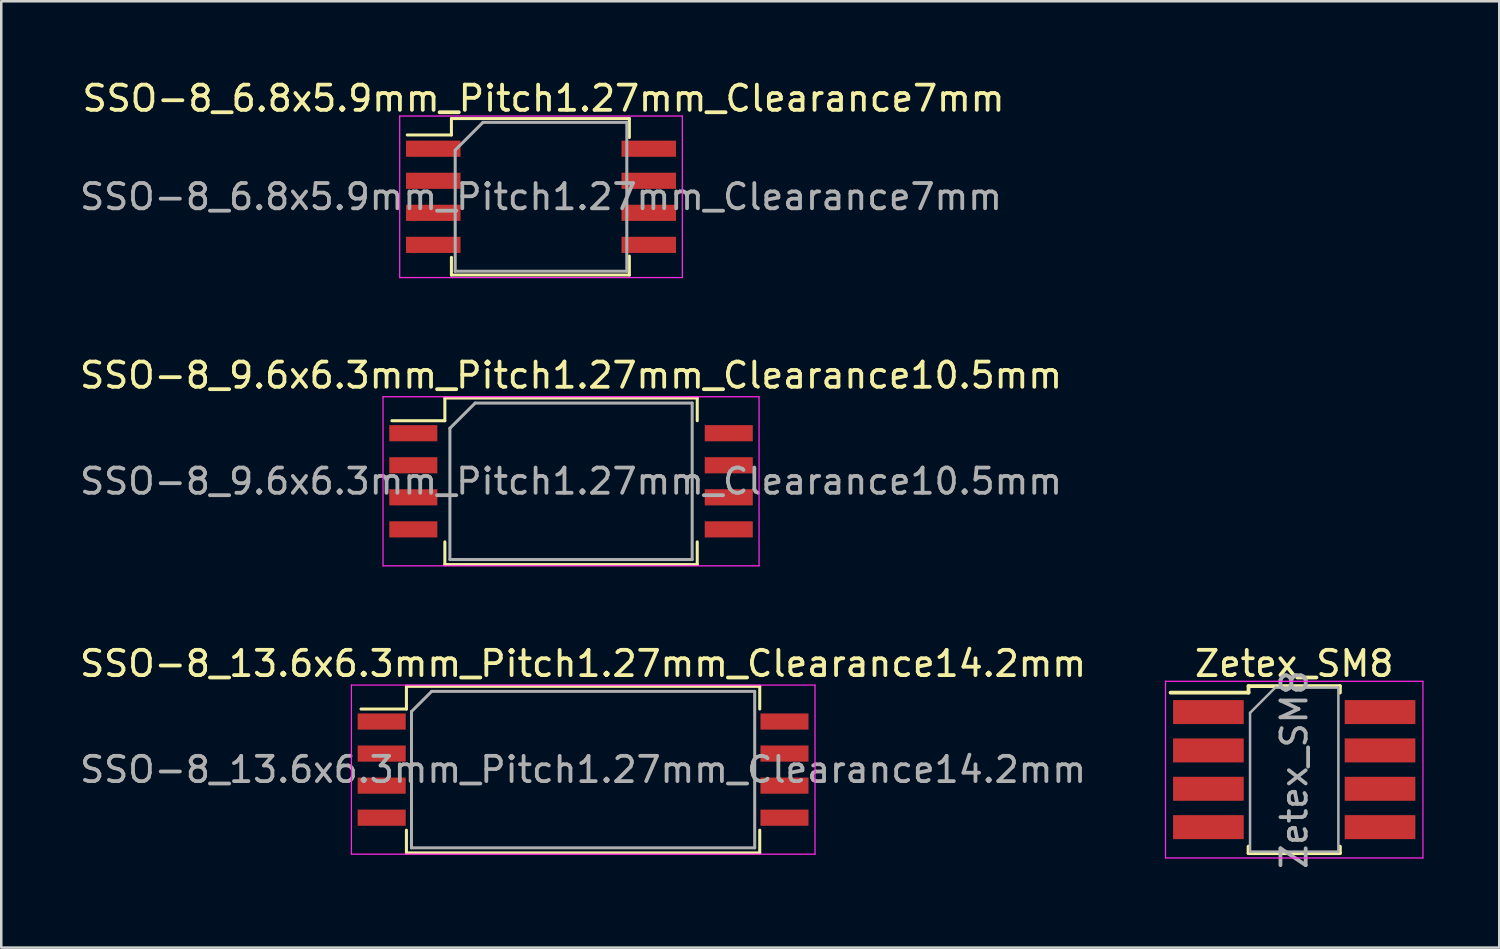
<source format=kicad_pcb>
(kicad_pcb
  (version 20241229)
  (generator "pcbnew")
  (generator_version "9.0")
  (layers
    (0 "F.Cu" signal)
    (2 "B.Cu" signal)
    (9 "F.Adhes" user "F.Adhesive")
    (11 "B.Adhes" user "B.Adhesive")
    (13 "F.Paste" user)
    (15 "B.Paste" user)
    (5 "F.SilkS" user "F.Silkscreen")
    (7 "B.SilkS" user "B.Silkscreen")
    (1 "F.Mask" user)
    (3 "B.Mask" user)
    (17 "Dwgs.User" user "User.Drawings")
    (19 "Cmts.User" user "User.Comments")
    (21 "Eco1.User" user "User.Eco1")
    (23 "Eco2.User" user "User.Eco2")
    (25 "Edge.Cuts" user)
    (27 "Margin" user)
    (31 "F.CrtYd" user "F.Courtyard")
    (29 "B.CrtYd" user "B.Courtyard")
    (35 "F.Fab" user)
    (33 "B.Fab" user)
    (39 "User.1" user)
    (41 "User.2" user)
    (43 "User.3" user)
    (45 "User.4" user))
  (footprint "Zetex_SM8"
    (layer "F.Cu")
    (at 48.232 27.445)
    (property "Reference" "Zetex_SM8" (at 0 -4.2 0) (layer "F.SilkS") (effects (font (size 1 1) (thickness 0.15))))
    (attr smd)
    (fp_line (start -1.81 -3.31) (end -1.81 -3.05) (stroke (width 0.15) (type solid)) (layer "F.SilkS"))
    (fp_line (start -1.81 -3.31) (end 1.81 -3.31) (stroke (width 0.15) (type solid)) (layer "F.SilkS"))
    (fp_line (start -1.81 -3.05) (end -4.9 -3.05) (stroke (width 0.15) (type solid)) (layer "F.SilkS"))
    (fp_line (start -1.81 3.31) (end -1.81 3.05) (stroke (width 0.15) (type solid)) (layer "F.SilkS"))
    (fp_line (start -1.81 3.31) (end 1.81 3.31) (stroke (width 0.15) (type solid)) (layer "F.SilkS"))
    (fp_line (start 1.81 -3.31) (end 1.81 -3.05) (stroke (width 0.15) (type solid)) (layer "F.SilkS"))
    (fp_line (start 1.81 3.31) (end 1.81 3.05) (stroke (width 0.15) (type solid)) (layer "F.SilkS"))
    (fp_line (start -5.1 -3.5) (end -5.1 3.5) (stroke (width 0.05) (type solid)) (layer "F.CrtYd"))
    (fp_line (start -5.1 -3.5) (end 5.1 -3.5) (stroke (width 0.05) (type solid)) (layer "F.CrtYd"))
    (fp_line (start -5.1 3.5) (end 5.1 3.5) (stroke (width 0.05) (type solid)) (layer "F.CrtYd"))
    (fp_line (start 5.1 -3.5) (end 5.1 3.5) (stroke (width 0.05) (type solid)) (layer "F.CrtYd"))
    (fp_line (start -1.75 -2.25) (end -0.75 -3.25) (stroke (width 0.1) (type solid)) (layer "F.Fab"))
    (fp_line (start -1.75 3.25) (end -1.75 -2.25) (stroke (width 0.1) (type solid)) (layer "F.Fab"))
    (fp_line (start -0.75 -3.25) (end 1.75 -3.25) (stroke (width 0.1) (type solid)) (layer "F.Fab"))
    (fp_line (start 1.75 -3.25) (end 1.75 3.25) (stroke (width 0.1) (type solid)) (layer "F.Fab"))
    (fp_line (start 1.75 3.25) (end -1.75 3.25) (stroke (width 0.1) (type solid)) (layer "F.Fab"))
    (fp_text user "${REFERENCE}" (at 0 0 90) (layer "F.Fab") (effects (font (size 1 1) (thickness 0.15))))
    (pad "1" smd rect (at -3.4 -2.28) (size 2.8 0.95) (layers "F.Cu" "F.Mask" "F.Paste"))
    (pad "2" smd rect (at -3.4 -0.76) (size 2.8 0.95) (layers "F.Cu" "F.Mask" "F.Paste"))
    (pad "3" smd rect (at -3.4 0.76) (size 2.8 0.95) (layers "F.Cu" "F.Mask" "F.Paste"))
    (pad "4" smd rect (at -3.4 2.28) (size 2.8 0.95) (layers "F.Cu" "F.Mask" "F.Paste"))
    (pad "5" smd rect (at 3.4 2.28) (size 2.8 0.95) (layers "F.Cu" "F.Mask" "F.Paste"))
    (pad "6" smd rect (at 3.4 0.76) (size 2.8 0.95) (layers "F.Cu" "F.Mask" "F.Paste"))
    (pad "7" smd rect (at 3.4 -0.76) (size 2.8 0.95) (layers "F.Cu" "F.Mask" "F.Paste"))
    (pad "8" smd rect (at 3.4 -2.28) (size 2.8 0.95) (layers "F.Cu" "F.Mask" "F.Paste")))
  (footprint "SSO-8_6.8x5.9mm_Pitch1.27mm_Clearance7mm"
    (layer "F.Cu")
    (at 18.387 4.748)
    (property "Reference" "SSO-8_6.8x5.9mm_Pitch1.27mm_Clearance7mm" (at 0.1 -3.9 0) (layer "F.SilkS") (effects (font (size 1 1) (thickness 0.15))))
    (attr smd)
    (fp_line (start -3.55 -3.1) (end -3.55 -2.45) (stroke (width 0.12) (type solid)) (layer "F.SilkS"))
    (fp_line (start -3.55 -2.45) (end -5.3 -2.45) (stroke (width 0.12) (type solid)) (layer "F.SilkS"))
    (fp_line (start -3.55 2.4) (end -3.55 3.1) (stroke (width 0.12) (type solid)) (layer "F.SilkS"))
    (fp_line (start -3.55 3.1) (end 3.5 3.1) (stroke (width 0.12) (type solid)) (layer "F.SilkS"))
    (fp_line (start 3.5 -3.1) (end -3.55 -3.1) (stroke (width 0.12) (type solid)) (layer "F.SilkS"))
    (fp_line (start 3.5 -2.35) (end 3.5 -3.1) (stroke (width 0.12) (type solid)) (layer "F.SilkS"))
    (fp_line (start 3.5 3.1) (end 3.5 2.35) (stroke (width 0.12) (type solid)) (layer "F.SilkS"))
    (fp_line (start -5.6 -3.2) (end -5.6 3.2) (stroke (width 0.05) (type solid)) (layer "F.CrtYd"))
    (fp_line (start -5.6 -3.2) (end 5.6 -3.2) (stroke (width 0.05) (type solid)) (layer "F.CrtYd"))
    (fp_line (start 5.6 3.2) (end -5.6 3.2) (stroke (width 0.05) (type solid)) (layer "F.CrtYd"))
    (fp_line (start 5.6 3.2) (end 5.6 -3.2) (stroke (width 0.05) (type solid)) (layer "F.CrtYd"))
    (fp_line (start -3.4 -1.85) (end -3.4 2.95) (stroke (width 0.12) (type solid)) (layer "F.Fab"))
    (fp_line (start -3.4 2.95) (end 3.4 2.95) (stroke (width 0.12) (type solid)) (layer "F.Fab"))
    (fp_line (start -2.3 -2.95) (end -3.4 -1.85) (stroke (width 0.12) (type solid)) (layer "F.Fab"))
    (fp_line (start 3.4 -2.95) (end -2.3 -2.95) (stroke (width 0.12) (type solid)) (layer "F.Fab"))
    (fp_line (start 3.4 2.95) (end 3.4 -2.95) (stroke (width 0.12) (type solid)) (layer "F.Fab"))
    (fp_text user "${REFERENCE}" (at 0 0 0) (layer "F.Fab") (effects (font (size 1 1) (thickness 0.15))))
    (pad "1" smd rect (at -4.27 -1.905) (size 2.16 0.64) (layers "F.Cu" "F.Mask" "F.Paste"))
    (pad "2" smd rect (at -4.27 -0.635) (size 2.16 0.64) (layers "F.Cu" "F.Mask" "F.Paste"))
    (pad "3" smd rect (at -4.27 0.635) (size 2.16 0.64) (layers "F.Cu" "F.Mask" "F.Paste"))
    (pad "4" smd rect (at -4.27 1.905) (size 2.16 0.64) (layers "F.Cu" "F.Mask" "F.Paste"))
    (pad "5" smd rect (at 4.27 1.905) (size 2.16 0.64) (layers "F.Cu" "F.Mask" "F.Paste"))
    (pad "6" smd rect (at 4.27 0.635) (size 2.16 0.64) (layers "F.Cu" "F.Mask" "F.Paste"))
    (pad "7" smd rect (at 4.27 -0.635) (size 2.16 0.64) (layers "F.Cu" "F.Mask" "F.Paste"))
    (pad "8" smd rect (at 4.27 -1.905) (size 2.16 0.64) (layers "F.Cu" "F.Mask" "F.Paste")))
  (footprint "SSO-8_13.6x6.3mm_Pitch1.27mm_Clearance14.2mm"
    (layer "F.Cu")
    (at 20.054 27.445)
    (property "Reference" "SSO-8_13.6x6.3mm_Pitch1.27mm_Clearance14.2mm" (at 0 -4.2 0) (layer "F.SilkS") (effects (font (size 1 1) (thickness 0.15))))
    (attr smd)
    (fp_line (start -8.8 -2.4) (end -7 -2.4) (stroke (width 0.12) (type solid)) (layer "F.SilkS"))
    (fp_line (start -7 -3.3) (end 7 -3.3) (stroke (width 0.12) (type solid)) (layer "F.SilkS"))
    (fp_line (start -7 -2.4) (end -7 -3.3) (stroke (width 0.12) (type solid)) (layer "F.SilkS"))
    (fp_line (start -7 3.3) (end -7 2.4) (stroke (width 0.12) (type solid)) (layer "F.SilkS"))
    (fp_line (start 7 -3.3) (end 7 -2.4) (stroke (width 0.12) (type solid)) (layer "F.SilkS"))
    (fp_line (start 7 2.4) (end 7 3.3) (stroke (width 0.12) (type solid)) (layer "F.SilkS"))
    (fp_line (start 7 3.3) (end -7 3.3) (stroke (width 0.12) (type solid)) (layer "F.SilkS"))
    (fp_line (start -9.18 -3.35) (end -9.18 3.35) (stroke (width 0.05) (type solid)) (layer "F.CrtYd"))
    (fp_line (start -9.18 -3.35) (end 9.19 -3.35) (stroke (width 0.05) (type solid)) (layer "F.CrtYd"))
    (fp_line (start 9.19 3.35) (end -9.18 3.35) (stroke (width 0.05) (type solid)) (layer "F.CrtYd"))
    (fp_line (start 9.19 3.35) (end 9.19 -3.35) (stroke (width 0.05) (type solid)) (layer "F.CrtYd"))
    (fp_line (start -6.8 -2.3) (end -6.8 3.1) (stroke (width 0.12) (type solid)) (layer "F.Fab"))
    (fp_line (start -6.8 3.1) (end 6.8 3.1) (stroke (width 0.12) (type solid)) (layer "F.Fab"))
    (fp_line (start -6 -3.1) (end -6.8 -2.3) (stroke (width 0.12) (type solid)) (layer "F.Fab"))
    (fp_line (start 6.8 -3.1) (end -6 -3.1) (stroke (width 0.12) (type solid)) (layer "F.Fab"))
    (fp_line (start 6.8 3.1) (end 6.8 -3.1) (stroke (width 0.12) (type solid)) (layer "F.Fab"))
    (fp_text user "${REFERENCE}" (at 0 0 0) (layer "F.Fab") (effects (font (size 1 1) (thickness 0.15))))
    (pad "1" smd rect (at -7.98 -1.905) (size 1.905 0.64) (layers "F.Cu" "F.Mask" "F.Paste"))
    (pad "2" smd rect (at -7.98 -0.635) (size 1.905 0.64) (layers "F.Cu" "F.Mask" "F.Paste"))
    (pad "3" smd rect (at -7.98 0.635) (size 1.905 0.64) (layers "F.Cu" "F.Mask" "F.Paste"))
    (pad "4" smd rect (at -7.98 1.905) (size 1.905 0.64) (layers "F.Cu" "F.Mask" "F.Paste"))
    (pad "5" smd rect (at 7.98 1.905) (size 1.905 0.64) (layers "F.Cu" "F.Mask" "F.Paste"))
    (pad "6" smd rect (at 7.98 0.635) (size 1.905 0.64) (layers "F.Cu" "F.Mask" "F.Paste"))
    (pad "7" smd rect (at 7.98 -0.635) (size 1.905 0.64) (layers "F.Cu" "F.Mask" "F.Paste"))
    (pad "8" smd rect (at 7.98 -1.905) (size 1.905 0.64) (layers "F.Cu" "F.Mask" "F.Paste")))
  (footprint "SSO-8_9.6x6.3mm_Pitch1.27mm_Clearance10.5mm"
    (layer "F.Cu")
    (at 19.577 16.021)
    (property "Reference" "SSO-8_9.6x6.3mm_Pitch1.27mm_Clearance10.5mm" (at 0 -4.2 0) (layer "F.SilkS") (effects (font (size 1 1) (thickness 0.15))))
    (attr smd)
    (fp_line (start -7.1 -2.4) (end -5 -2.4) (stroke (width 0.12) (type solid)) (layer "F.SilkS"))
    (fp_line (start -5 -3.3) (end 5 -3.3) (stroke (width 0.12) (type solid)) (layer "F.SilkS"))
    (fp_line (start -5 -2.4) (end -5 -3.3) (stroke (width 0.12) (type solid)) (layer "F.SilkS"))
    (fp_line (start -5 3.3) (end -5 2.4) (stroke (width 0.12) (type solid)) (layer "F.SilkS"))
    (fp_line (start 5 -3.3) (end 5 -2.4) (stroke (width 0.12) (type solid)) (layer "F.SilkS"))
    (fp_line (start 5 2.4) (end 5 3.3) (stroke (width 0.12) (type solid)) (layer "F.SilkS"))
    (fp_line (start 5 3.3) (end -5 3.3) (stroke (width 0.12) (type solid)) (layer "F.SilkS"))
    (fp_line (start -7.45 -3.35) (end -7.45 3.35) (stroke (width 0.05) (type solid)) (layer "F.CrtYd"))
    (fp_line (start -7.45 -3.35) (end 7.45 -3.35) (stroke (width 0.05) (type solid)) (layer "F.CrtYd"))
    (fp_line (start 7.45 3.35) (end -7.45 3.35) (stroke (width 0.05) (type solid)) (layer "F.CrtYd"))
    (fp_line (start 7.45 3.35) (end 7.45 -3.35) (stroke (width 0.05) (type solid)) (layer "F.CrtYd"))
    (fp_line (start -4.8 -2.1) (end -4.8 3.1) (stroke (width 0.12) (type solid)) (layer "F.Fab"))
    (fp_line (start -4.8 3.1) (end 4.8 3.1) (stroke (width 0.12) (type solid)) (layer "F.Fab"))
    (fp_line (start -3.8 -3.1) (end -4.8 -2.1) (stroke (width 0.12) (type solid)) (layer "F.Fab"))
    (fp_line (start 4.8 -3.1) (end -3.8 -3.1) (stroke (width 0.12) (type solid)) (layer "F.Fab"))
    (fp_line (start 4.8 3.1) (end 4.8 -3.1) (stroke (width 0.12) (type solid)) (layer "F.Fab"))
    (fp_text user "${REFERENCE}" (at 0 0 0) (layer "F.Fab") (effects (font (size 1 1) (thickness 0.15))))
    (pad "1" smd rect (at -6.25 -1.905) (size 1.905 0.64) (layers "F.Cu" "F.Mask" "F.Paste"))
    (pad "2" smd rect (at -6.25 -0.635) (size 1.905 0.64) (layers "F.Cu" "F.Mask" "F.Paste"))
    (pad "3" smd rect (at -6.25 0.635) (size 1.905 0.64) (layers "F.Cu" "F.Mask" "F.Paste"))
    (pad "4" smd rect (at -6.25 1.905) (size 1.905 0.64) (layers "F.Cu" "F.Mask" "F.Paste"))
    (pad "5" smd rect (at 6.25 1.905) (size 1.905 0.64) (layers "F.Cu" "F.Mask" "F.Paste"))
    (pad "6" smd rect (at 6.25 0.635) (size 1.905 0.64) (layers "F.Cu" "F.Mask" "F.Paste"))
    (pad "7" smd rect (at 6.25 -0.635) (size 1.905 0.64) (layers "F.Cu" "F.Mask" "F.Paste"))
    (pad "8" smd rect (at 6.25 -1.905) (size 1.905 0.64) (layers "F.Cu" "F.Mask" "F.Paste")))
  (gr_rect
    (start -3 -3)
    (end 56.357 34.498)
    (stroke (width 0.1) (type default))
    (fill no)
    (layer "Edge.Cuts")))
</source>
